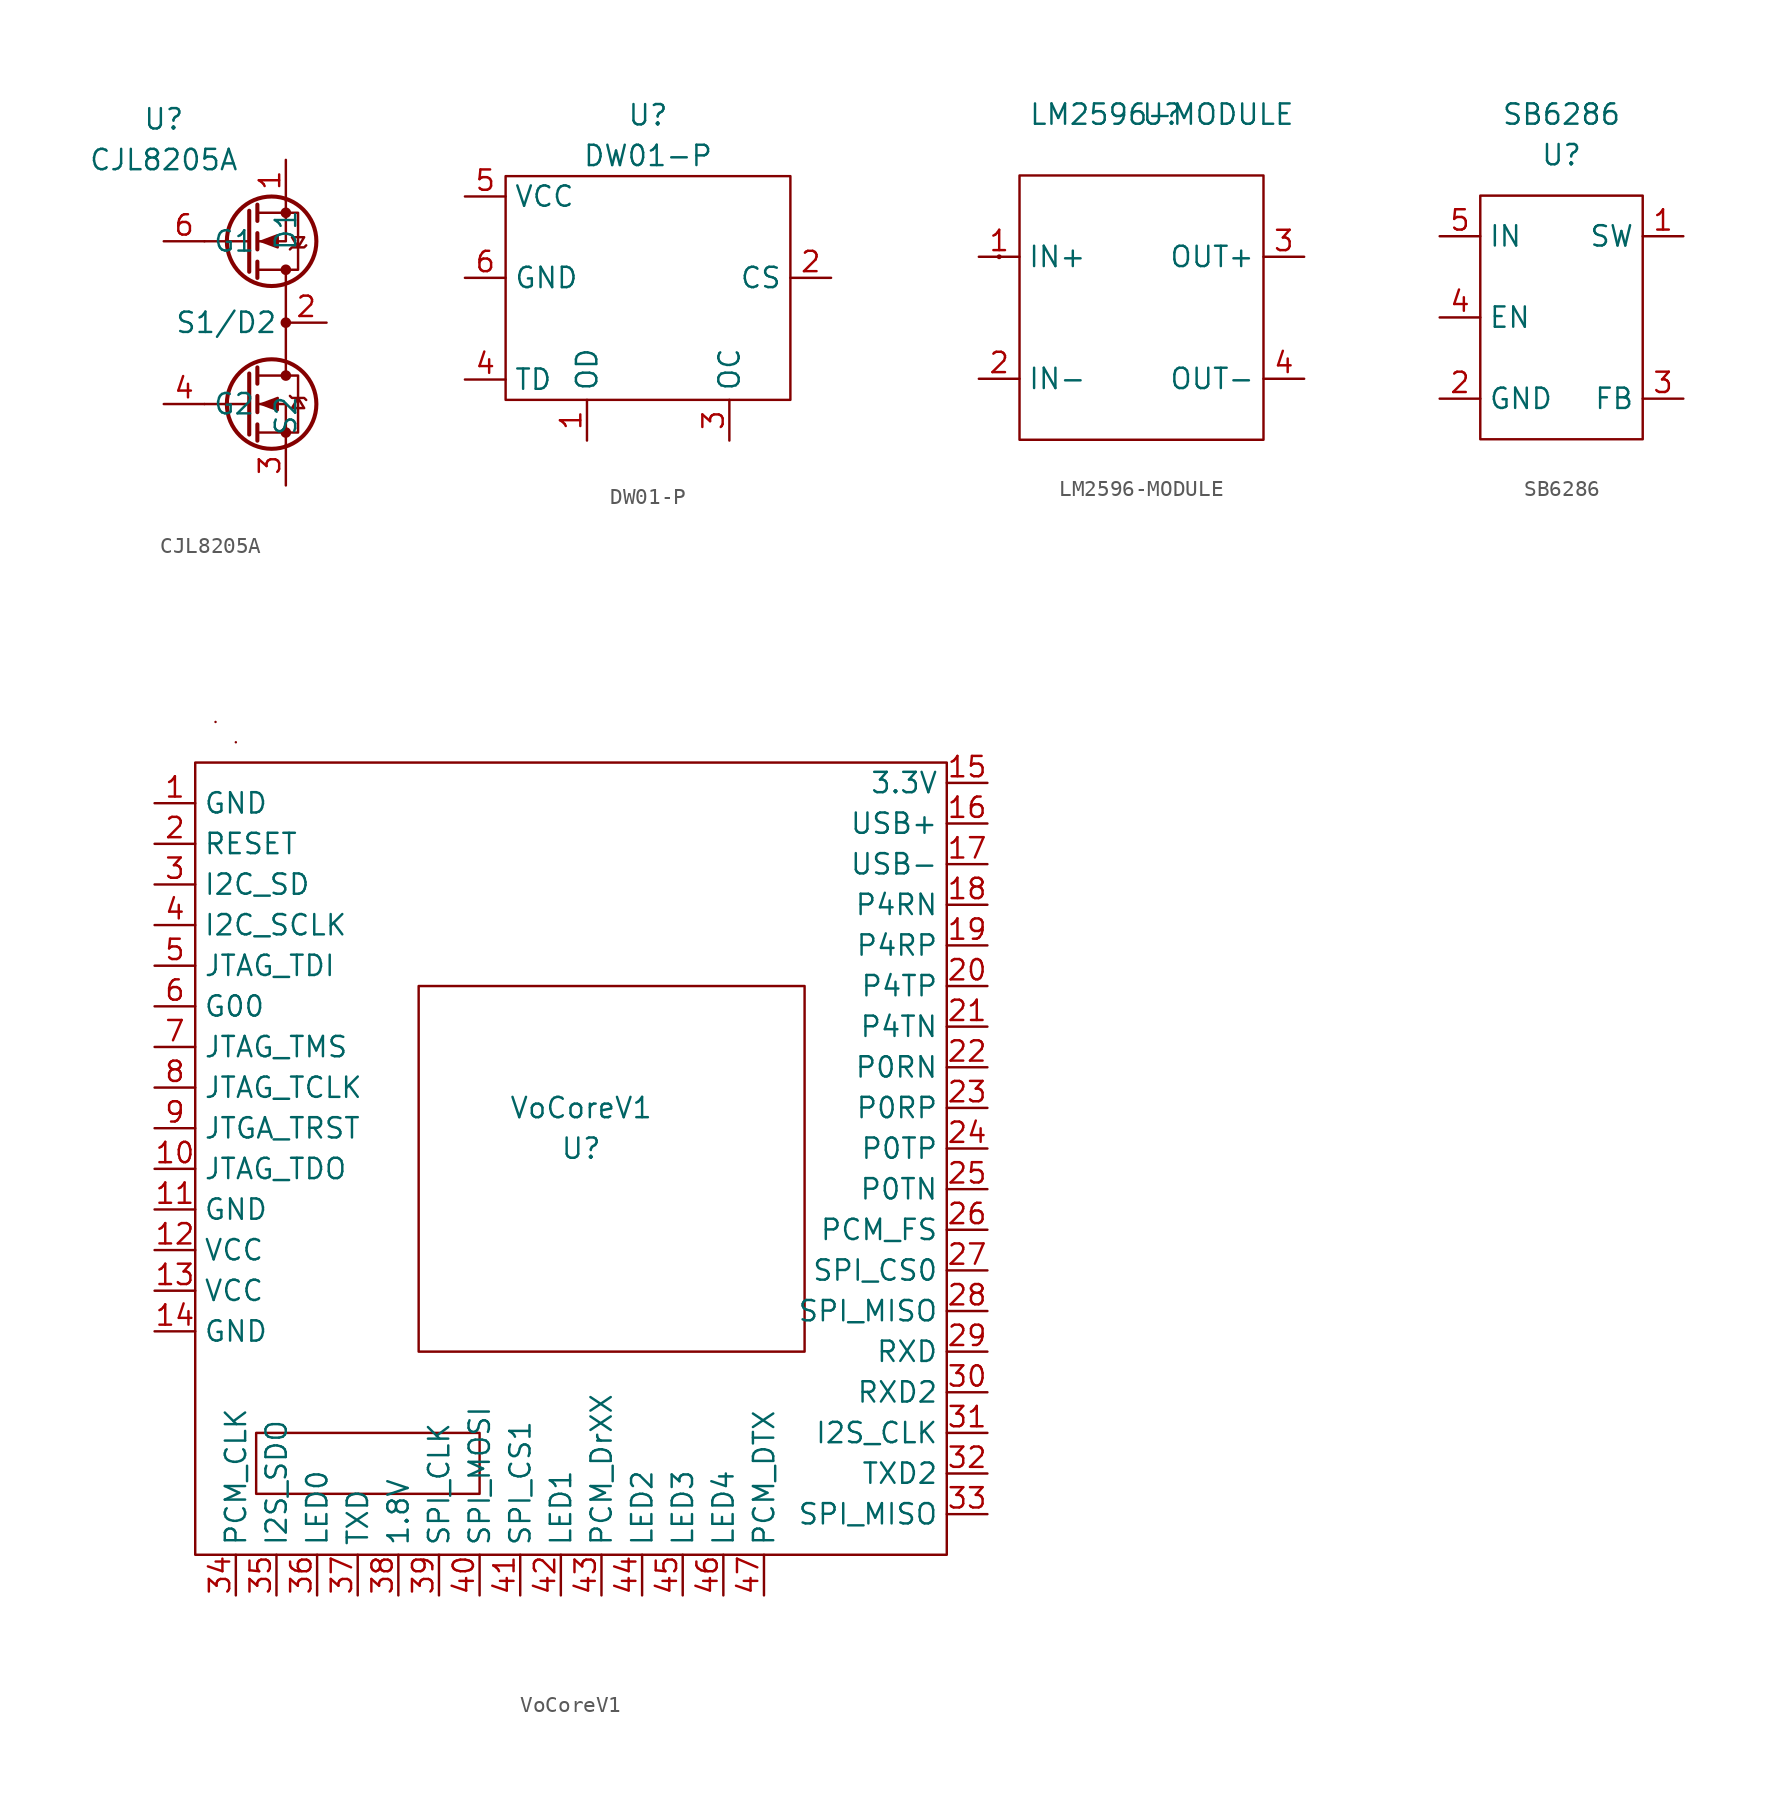
<source format=kicad_sym>
(kicad_symbol_lib
  (version 20211014)
  (generator kicad_symbol_editor)
  (symbol "CJL8205A"
    (property "Reference" "U"
      (at -6.35 12.7 0)
      (effects (font (size 1.27 1.27))))
    (property "Value" "CJL8205A"
      (at -6.35 10.16 0)
      (effects (font (size 1.27 1.27))))
    (symbol "CJL8205A_0_1"
      (polyline (pts (xy -1.016 3.175) (xy -1.016 6.985)) (stroke (width 0.254) (type default) (color 0 0 0 0)) (fill (type none)))
      (polyline (pts (xy -1.016 5.08) (xy -3.81 5.08)) (stroke (width 0) (type default) (color 0 0 0 0)) (fill (type none)))
      (polyline (pts (xy -0.508 2.794) (xy -0.508 3.81)) (stroke (width 0.254) (type default) (color 0 0 0 0)) (fill (type none)))
      (polyline (pts (xy -0.508 4.572) (xy -0.508 5.588)) (stroke (width 0.254) (type default) (color 0 0 0 0)) (fill (type none)))
      (polyline (pts (xy -0.508 6.35) (xy -0.508 7.366)) (stroke (width 0.254) (type default) (color 0 0 0 0)) (fill (type none)))
      (polyline (pts (xy 1.27 -3.302) (xy 1.27 3.302)) (stroke (width 0) (type default) (color 0 0 0 0)) (fill (type none)))
      (polyline (pts (xy 1.27 7.62) (xy 1.27 5.08) (xy -0.508 5.08)) (stroke (width 0) (type default) (color 0 0 0 0)) (fill (type none)))
      (polyline (pts (xy -0.508 6.858) (xy 2.032 6.858) (xy 2.032 3.302) (xy -0.508 3.302)) (stroke (width 0) (type default) (color 0 0 0 0)) (fill (type none)))
      (polyline (pts (xy -0.254 5.08) (xy 0.762 4.699) (xy 0.762 5.461) (xy -0.254 5.08)) (stroke (width 0) (type default) (color 0 0 0 0)) (fill (type outline)))
      (polyline (pts (xy 1.524 4.572) (xy 1.651 4.699) (xy 2.413 4.699) (xy 2.54 4.826)) (stroke (width 0) (type default) (color 0 0 0 0)) (fill (type none)))
      (polyline (pts (xy 2.032 4.699) (xy 1.651 5.334) (xy 2.413 5.334) (xy 2.032 4.699)) (stroke (width 0) (type default) (color 0 0 0 0)) (fill (type none)))
      (circle (center 0.381 5.08) (radius 2.794) (stroke (width 0.254) (type default) (color 0 0 0 0)) (fill (type none)))
      (circle (center 1.27 3.302) (radius 0.254) (stroke (width 0) (type default) (color 0 0 0 0)) (fill (type outline)))
      (circle (center 1.27 6.858) (radius 0.254) (stroke (width 0) (type default) (color 0 0 0 0)) (fill (type outline))))
    (symbol "CJL8205A_1_1"
      (polyline (pts (xy -1.016 -5.08) (xy -3.81 -5.08)) (stroke (width 0) (type default) (color 0 0 0 0)) (fill (type none)))
      (polyline (pts (xy -1.016 -3.175) (xy -1.016 -6.985)) (stroke (width 0.254) (type default) (color 0 0 0 0)) (fill (type none)))
      (polyline (pts (xy -0.508 -6.35) (xy -0.508 -7.366)) (stroke (width 0.254) (type default) (color 0 0 0 0)) (fill (type none)))
      (polyline (pts (xy -0.508 -4.572) (xy -0.508 -5.588)) (stroke (width 0.254) (type default) (color 0 0 0 0)) (fill (type none)))
      (polyline (pts (xy -0.508 -2.794) (xy -0.508 -3.81)) (stroke (width 0.254) (type default) (color 0 0 0 0)) (fill (type none)))
      (polyline (pts (xy 1.27 -7.62) (xy 1.27 -5.08) (xy -0.508 -5.08)) (stroke (width 0) (type default) (color 0 0 0 0)) (fill (type none)))
      (polyline (pts (xy -0.508 -6.858) (xy 2.032 -6.858) (xy 2.032 -3.302) (xy -0.508 -3.302)) (stroke (width 0) (type default) (color 0 0 0 0)) (fill (type none)))
      (polyline (pts (xy -0.254 -5.08) (xy 0.762 -4.699) (xy 0.762 -5.461) (xy -0.254 -5.08)) (stroke (width 0) (type default) (color 0 0 0 0)) (fill (type outline)))
      (polyline (pts (xy 1.524 -4.572) (xy 1.651 -4.699) (xy 2.413 -4.699) (xy 2.54 -4.826)) (stroke (width 0) (type default) (color 0 0 0 0)) (fill (type none)))
      (polyline (pts (xy 2.032 -4.699) (xy 1.651 -5.334) (xy 2.413 -5.334) (xy 2.032 -4.699)) (stroke (width 0) (type default) (color 0 0 0 0)) (fill (type none)))
      (circle (center 0.381 -5.08) (radius 2.794) (stroke (width 0.254) (type default) (color 0 0 0 0)) (fill (type none)))
      (circle (center 1.27 -6.858) (radius 0.254) (stroke (width 0) (type default) (color 0 0 0 0)) (fill (type outline)))
      (circle (center 1.27 -3.302) (radius 0.254) (stroke (width 0) (type default) (color 0 0 0 0)) (fill (type outline)))
      (circle (center 1.27 0) (radius 0.254) (stroke (width 0) (type default) (color 0 0 0 0)) (fill (type outline)))
      (pin passive line (at 1.27 10.16 270) (length 2.54) (name "D1" (effects (font (size 1.27 1.27)))) (number "1" (effects (font (size 1.27 1.27)))))
      (pin passive line (at 3.81 0 180) (length 2.54) (name "S1/D2" (effects (font (size 1.27 1.27)))) (number "2" (effects (font (size 1.27 1.27)))))
      (pin passive line (at 1.27 -10.16 90) (length 2.54) (name "S2" (effects (font (size 1.27 1.27)))) (number "3" (effects (font (size 1.27 1.27)))))
      (pin input line (at -6.35 -5.08 0) (length 2.54) (name "G2" (effects (font (size 1.27 1.27)))) (number "4" (effects (font (size 1.27 1.27)))))
      (pin passive line (at 3.81 0 180) (length 2.54) hide (name "S1/D2" (effects (font (size 1.27 1.27)))) (number "5" (effects (font (size 1.27 1.27)))))
      (pin input line (at -6.35 5.08 0) (length 2.54) (name "G1" (effects (font (size 1.27 1.27)))) (number "6" (effects (font (size 1.27 1.27)))))))
  (symbol "DW01-P"
    (property "Reference" "U"
      (at 0 11.43 0)
      (effects (font (size 1.27 1.27))))
    (property "Value" "DW01-P"
      (at 0 8.89 0)
      (effects (font (size 1.27 1.27))))
    (symbol "DW01-P_0_1"
      (rectangle (start -8.89 7.62) (end 8.89 -6.35) (stroke (width 0) (type default) (color 0 0 0 0)) (fill (type none))))
    (symbol "DW01-P_1_1"
      (pin unspecified line (at -3.81 -8.89 90) (length 2.54) (name "OD" (effects (font (size 1.27 1.27)))) (number "1" (effects (font (size 1.27 1.27)))))
      (pin unspecified line (at 11.43 1.27 180) (length 2.54) (name "CS" (effects (font (size 1.27 1.27)))) (number "2" (effects (font (size 1.27 1.27)))))
      (pin unspecified line (at 5.08 -8.89 90) (length 2.54) (name "OC" (effects (font (size 1.27 1.27)))) (number "3" (effects (font (size 1.27 1.27)))))
      (pin unspecified line (at -11.43 -5.08 0) (length 2.54) (name "TD" (effects (font (size 1.27 1.27)))) (number "4" (effects (font (size 1.27 1.27)))))
      (pin unspecified line (at -11.43 6.35 0) (length 2.54) (name "VCC" (effects (font (size 1.27 1.27)))) (number "5" (effects (font (size 1.27 1.27)))))
      (pin unspecified line (at -11.43 1.27 0) (length 2.54) (name "GND" (effects (font (size 1.27 1.27)))) (number "6" (effects (font (size 1.27 1.27)))))))
  (symbol "LM2596-MODULE"
    (property "Reference" "U"
      (at 0 12.7 0)
      (effects (font (size 1.27 1.27))))
    (property "Value" "LM2596-MODULE"
      (at 0 12.7 0)
      (effects (font (size 1.27 1.27))))
    (symbol "LM2596-MODULE_0_1"
      (rectangle (start -10.16 3.81) (end -10.16 3.81) (stroke (width 0) (type default) (color 0 0 0 0)) (fill (type none)))
      (rectangle (start -10.16 3.81) (end -10.16 3.81) (stroke (width 0) (type default) (color 0 0 0 0)) (fill (type none)))
      (rectangle (start -10.16 3.81) (end -10.16 3.81) (stroke (width 0) (type default) (color 0 0 0 0)) (fill (type none)))
      (rectangle (start -10.16 3.81) (end -10.16 3.81) (stroke (width 0) (type default) (color 0 0 0 0)) (fill (type none)))
      (rectangle (start -10.16 3.81) (end -10.16 3.81) (stroke (width 0) (type default) (color 0 0 0 0)) (fill (type none)))
      (circle (center -10.16 3.81) (radius 0.0001) (stroke (width 0) (type default) (color 0 0 0 0)) (fill (type none)))
      (rectangle (start 6.35 -7.62) (end -8.89 8.89) (stroke (width 0) (type default) (color 0 0 0 0)) (fill (type none))))
    (symbol "LM2596-MODULE_1_1"
      (pin unspecified line (at -11.43 3.81 0) (length 2.54) (name "IN+" (effects (font (size 1.27 1.27)))) (number "1" (effects (font (size 1.27 1.27)))))
      (pin unspecified line (at -11.43 -3.81 0) (length 2.54) (name "IN-" (effects (font (size 1.27 1.27)))) (number "2" (effects (font (size 1.27 1.27)))))
      (pin unspecified line (at 8.89 3.81 180) (length 2.54) (name "OUT+" (effects (font (size 1.27 1.27)))) (number "3" (effects (font (size 1.27 1.27)))))
      (pin unspecified line (at 8.89 -3.81 180) (length 2.54) (name "OUT-" (effects (font (size 1.27 1.27)))) (number "4" (effects (font (size 1.27 1.27)))))))
  (symbol "SB6286"
    (property "Reference" "U"
      (at 0 11.43 0)
      (effects (font (size 1.27 1.27))))
    (property "Value" "SB6286"
      (at 0 13.97 0)
      (effects (font (size 1.27 1.27))))
    (symbol "SB6286_0_1"
      (rectangle (start -5.08 8.89) (end 5.08 -6.35) (stroke (width 0) (type default) (color 0 0 0 0)) (fill (type none))))
    (symbol "SB6286_1_1"
      (pin unspecified line (at 7.62 6.35 180) (length 2.54) (name "SW" (effects (font (size 1.27 1.27)))) (number "1" (effects (font (size 1.27 1.27)))))
      (pin unspecified line (at -7.62 -3.81 0) (length 2.54) (name "GND" (effects (font (size 1.27 1.27)))) (number "2" (effects (font (size 1.27 1.27)))))
      (pin unspecified line (at 7.62 -3.81 180) (length 2.54) (name "FB" (effects (font (size 1.27 1.27)))) (number "3" (effects (font (size 1.27 1.27)))))
      (pin unspecified line (at -7.62 1.27 0) (length 2.54) (name "EN" (effects (font (size 1.27 1.27)))) (number "4" (effects (font (size 1.27 1.27)))))
      (pin unspecified line (at -7.62 6.35 0) (length 2.54) (name "IN" (effects (font (size 1.27 1.27)))) (number "5" (effects (font (size 1.27 1.27)))))
      (pin no_connect line (at 7.62 1.27 180) (length 2.54) hide (name "NC" (effects (font (size 1.27 1.27)))) (number "6" (effects (font (size 1.27 1.27)))))))
  (symbol "VoCoreV1"
    (property "Reference" "U"
      (at 0 -1.27 0)
      (effects (font (size 1.27 1.27))))
    (property "Value" "VoCoreV1"
      (at 0 1.27 0)
      (effects (font (size 1.27 1.27))))
    (symbol "VoCoreV1_0_1"
      (rectangle (start -24.13 22.86) (end 22.86 -26.67) (stroke (width 0) (type default) (color 0 0 0 0)) (fill (type none)))
      (rectangle (start -22.86 25.4) (end -22.86 25.4) (stroke (width 0) (type default) (color 0 0 0 0)) (fill (type none)))
      (rectangle (start -21.59 24.13) (end -21.59 24.13) (stroke (width 0) (type default) (color 0 0 0 0)) (fill (type none)))
      (rectangle (start -20.32 -19.05) (end -6.35 -22.86) (stroke (width 0) (type default) (color 0 0 0 0)) (fill (type none)))
      (rectangle (start -10.16 8.89) (end 13.97 -13.97) (stroke (width 0) (type default) (color 0 0 0 0)) (fill (type none))))
    (symbol "VoCoreV1_1_1"
      (pin unspecified line (at -26.67 20.32 0) (length 2.54) (name "GND" (effects (font (size 1.27 1.27)))) (number "1" (effects (font (size 1.27 1.27)))))
      (pin unspecified line (at -26.67 -2.54 0) (length 2.54) (name "JTAG_TDO" (effects (font (size 1.27 1.27)))) (number "10" (effects (font (size 1.27 1.27)))))
      (pin unspecified line (at -26.67 -5.08 0) (length 2.54) (name "GND" (effects (font (size 1.27 1.27)))) (number "11" (effects (font (size 1.27 1.27)))))
      (pin unspecified line (at -26.67 -7.62 0) (length 2.54) (name "VCC" (effects (font (size 1.27 1.27)))) (number "12" (effects (font (size 1.27 1.27)))))
      (pin unspecified line (at -26.67 -10.16 0) (length 2.54) (name "VCC" (effects (font (size 1.27 1.27)))) (number "13" (effects (font (size 1.27 1.27)))))
      (pin unspecified line (at -26.67 -12.7 0) (length 2.54) (name "GND" (effects (font (size 1.27 1.27)))) (number "14" (effects (font (size 1.27 1.27)))))
      (pin unspecified line (at 25.4 21.59 180) (length 2.54) (name "3.3V" (effects (font (size 1.27 1.27)))) (number "15" (effects (font (size 1.27 1.27)))))
      (pin unspecified line (at 25.4 19.05 180) (length 2.54) (name "USB+" (effects (font (size 1.27 1.27)))) (number "16" (effects (font (size 1.27 1.27)))))
      (pin unspecified line (at 25.4 16.51 180) (length 2.54) (name "USB-" (effects (font (size 1.27 1.27)))) (number "17" (effects (font (size 1.27 1.27)))))
      (pin unspecified line (at 25.4 13.97 180) (length 2.54) (name "P4RN" (effects (font (size 1.27 1.27)))) (number "18" (effects (font (size 1.27 1.27)))))
      (pin unspecified line (at 25.4 11.43 180) (length 2.54) (name "P4RP" (effects (font (size 1.27 1.27)))) (number "19" (effects (font (size 1.27 1.27)))))
      (pin unspecified line (at -26.67 17.78 0) (length 2.54) (name "RESET" (effects (font (size 1.27 1.27)))) (number "2" (effects (font (size 1.27 1.27)))))
      (pin unspecified line (at 25.4 8.89 180) (length 2.54) (name "P4TP" (effects (font (size 1.27 1.27)))) (number "20" (effects (font (size 1.27 1.27)))))
      (pin unspecified line (at 25.4 6.35 180) (length 2.54) (name "P4TN" (effects (font (size 1.27 1.27)))) (number "21" (effects (font (size 1.27 1.27)))))
      (pin unspecified line (at 25.4 3.81 180) (length 2.54) (name "P0RN" (effects (font (size 1.27 1.27)))) (number "22" (effects (font (size 1.27 1.27)))))
      (pin unspecified line (at 25.4 1.27 180) (length 2.54) (name "P0RP" (effects (font (size 1.27 1.27)))) (number "23" (effects (font (size 1.27 1.27)))))
      (pin unspecified line (at 25.4 -1.27 180) (length 2.54) (name "P0TP" (effects (font (size 1.27 1.27)))) (number "24" (effects (font (size 1.27 1.27)))))
      (pin unspecified line (at 25.4 -3.81 180) (length 2.54) (name "P0TN" (effects (font (size 1.27 1.27)))) (number "25" (effects (font (size 1.27 1.27)))))
      (pin unspecified line (at 25.4 -6.35 180) (length 2.54) (name "PCM_FS" (effects (font (size 1.27 1.27)))) (number "26" (effects (font (size 1.27 1.27)))))
      (pin unspecified line (at 25.4 -8.89 180) (length 2.54) (name "SPI_CS0" (effects (font (size 1.27 1.27)))) (number "27" (effects (font (size 1.27 1.27)))))
      (pin unspecified line (at 25.4 -11.43 180) (length 2.54) (name "SPI_MISO" (effects (font (size 1.27 1.27)))) (number "28" (effects (font (size 1.27 1.27)))))
      (pin unspecified line (at 25.4 -13.97 180) (length 2.54) (name "RXD" (effects (font (size 1.27 1.27)))) (number "29" (effects (font (size 1.27 1.27)))))
      (pin unspecified line (at -26.67 15.24 0) (length 2.54) (name "I2C_SD" (effects (font (size 1.27 1.27)))) (number "3" (effects (font (size 1.27 1.27)))))
      (pin unspecified line (at 25.4 -16.51 180) (length 2.54) (name "RXD2" (effects (font (size 1.27 1.27)))) (number "30" (effects (font (size 1.27 1.27)))))
      (pin unspecified line (at 25.4 -19.05 180) (length 2.54) (name "I2S_CLK" (effects (font (size 1.27 1.27)))) (number "31" (effects (font (size 1.27 1.27)))))
      (pin unspecified line (at 25.4 -21.59 180) (length 2.54) (name "TXD2" (effects (font (size 1.27 1.27)))) (number "32" (effects (font (size 1.27 1.27)))))
      (pin unspecified line (at 25.4 -24.13 180) (length 2.54) (name "SPI_MISO" (effects (font (size 1.27 1.27)))) (number "33" (effects (font (size 1.27 1.27)))))
      (pin unspecified line (at -21.59 -29.21 90) (length 2.54) (name "PCM_CLK" (effects (font (size 1.27 1.27)))) (number "34" (effects (font (size 1.27 1.27)))))
      (pin unspecified line (at -19.05 -29.21 90) (length 2.54) (name "I2S_SDO" (effects (font (size 1.27 1.27)))) (number "35" (effects (font (size 1.27 1.27)))))
      (pin unspecified line (at -16.51 -29.21 90) (length 2.54) (name "LED0" (effects (font (size 1.27 1.27)))) (number "36" (effects (font (size 1.27 1.27)))))
      (pin unspecified line (at -13.97 -29.21 90) (length 2.54) (name "TXD" (effects (font (size 1.27 1.27)))) (number "37" (effects (font (size 1.27 1.27)))))
      (pin unspecified line (at -11.43 -29.21 90) (length 2.54) (name "1.8V" (effects (font (size 1.27 1.27)))) (number "38" (effects (font (size 1.27 1.27)))))
      (pin unspecified line (at -8.89 -29.21 90) (length 2.54) (name "SPI_CLK" (effects (font (size 1.27 1.27)))) (number "39" (effects (font (size 1.27 1.27)))))
      (pin unspecified line (at -26.67 12.7 0) (length 2.54) (name "I2C_SCLK" (effects (font (size 1.27 1.27)))) (number "4" (effects (font (size 1.27 1.27)))))
      (pin unspecified line (at -6.35 -29.21 90) (length 2.54) (name "SPI_MOSI" (effects (font (size 1.27 1.27)))) (number "40" (effects (font (size 1.27 1.27)))))
      (pin unspecified line (at -3.81 -29.21 90) (length 2.54) (name "SPI_CS1" (effects (font (size 1.27 1.27)))) (number "41" (effects (font (size 1.27 1.27)))))
      (pin unspecified line (at -1.27 -29.21 90) (length 2.54) (name "LED1" (effects (font (size 1.27 1.27)))) (number "42" (effects (font (size 1.27 1.27)))))
      (pin unspecified line (at 1.27 -29.21 90) (length 2.54) (name "PCM_DrXX" (effects (font (size 1.27 1.27)))) (number "43" (effects (font (size 1.27 1.27)))))
      (pin unspecified line (at 3.81 -29.21 90) (length 2.54) (name "LED2" (effects (font (size 1.27 1.27)))) (number "44" (effects (font (size 1.27 1.27)))))
      (pin unspecified line (at 6.35 -29.21 90) (length 2.54) (name "LED3" (effects (font (size 1.27 1.27)))) (number "45" (effects (font (size 1.27 1.27)))))
      (pin unspecified line (at 8.89 -29.21 90) (length 2.54) (name "LED4" (effects (font (size 1.27 1.27)))) (number "46" (effects (font (size 1.27 1.27)))))
      (pin unspecified line (at 11.43 -29.21 90) (length 2.54) (name "PCM_DTX" (effects (font (size 1.27 1.27)))) (number "47" (effects (font (size 1.27 1.27)))))
      (pin unspecified line (at -26.67 10.16 0) (length 2.54) (name "JTAG_TDI" (effects (font (size 1.27 1.27)))) (number "5" (effects (font (size 1.27 1.27)))))
      (pin unspecified line (at -26.67 7.62 0) (length 2.54) (name "G00" (effects (font (size 1.27 1.27)))) (number "6" (effects (font (size 1.27 1.27)))))
      (pin unspecified line (at -26.67 5.08 0) (length 2.54) (name "JTAG_TMS" (effects (font (size 1.27 1.27)))) (number "7" (effects (font (size 1.27 1.27)))))
      (pin unspecified line (at -26.67 2.54 0) (length 2.54) (name "JTAG_TCLK" (effects (font (size 1.27 1.27)))) (number "8" (effects (font (size 1.27 1.27)))))
      (pin unspecified line (at -26.67 0 0) (length 2.54) (name "JTGA_TRST" (effects (font (size 1.27 1.27)))) (number "9" (effects (font (size 1.27 1.27))))))))
</source>
